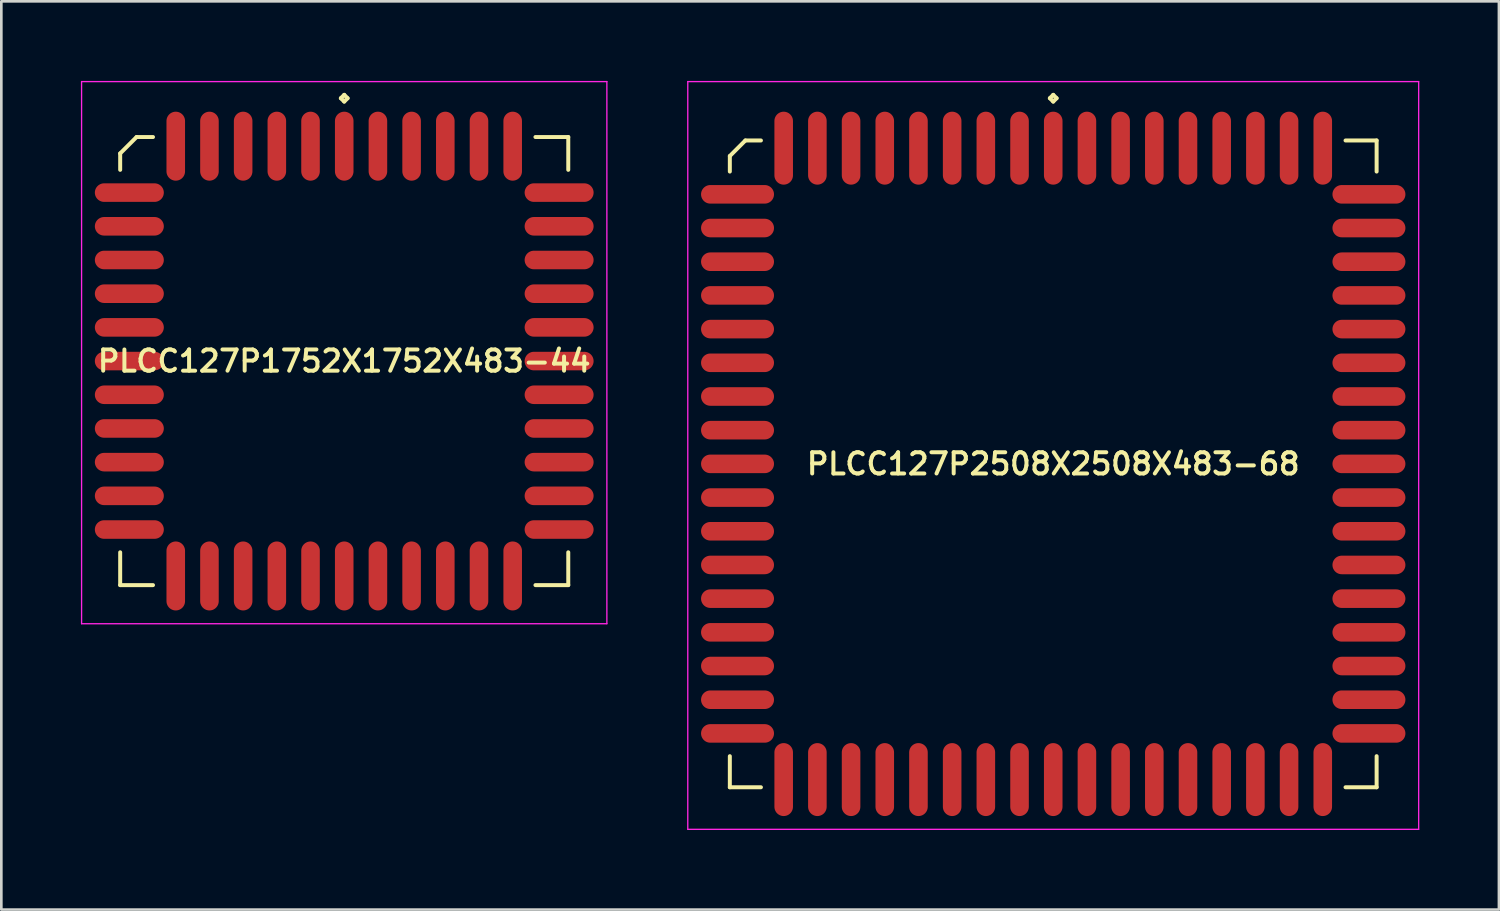
<source format=kicad_pcb>
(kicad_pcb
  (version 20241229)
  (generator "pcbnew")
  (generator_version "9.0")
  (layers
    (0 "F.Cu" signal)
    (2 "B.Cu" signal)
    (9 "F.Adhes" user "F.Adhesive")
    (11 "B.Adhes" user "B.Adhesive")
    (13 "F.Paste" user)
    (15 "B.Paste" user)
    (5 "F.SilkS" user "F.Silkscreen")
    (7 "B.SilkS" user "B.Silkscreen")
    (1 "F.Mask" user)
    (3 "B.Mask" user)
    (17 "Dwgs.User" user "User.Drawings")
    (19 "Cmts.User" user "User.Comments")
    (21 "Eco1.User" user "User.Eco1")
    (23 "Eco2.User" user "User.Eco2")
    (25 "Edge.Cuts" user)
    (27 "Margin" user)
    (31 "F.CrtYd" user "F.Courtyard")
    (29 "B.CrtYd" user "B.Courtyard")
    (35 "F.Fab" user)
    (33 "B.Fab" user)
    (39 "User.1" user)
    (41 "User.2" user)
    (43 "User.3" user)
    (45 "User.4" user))
  (footprint "PLCC127P1752X1752X483-44"
    (layer "F.Cu")
    (at 9.925 10.56)
    (property "Reference" "PLCC127P1752X1752X483-44" (at 0 0 0) (layer "F.SilkS") (effects (font (size 0.8 0.8) (thickness 0.15))))
    (attr smd)
    (fp_line (start -8.445 -7.827) (end -7.827 -8.445) (stroke (width 0.15) (type solid)) (layer "F.SilkS"))
    (fp_line (start -8.445 -7.208) (end -8.445 -7.827) (stroke (width 0.15) (type solid)) (layer "F.SilkS"))
    (fp_line (start -8.445 7.208) (end -8.445 8.445) (stroke (width 0.15) (type solid)) (layer "F.SilkS"))
    (fp_line (start -8.445 8.445) (end -7.208 8.445) (stroke (width 0.15) (type solid)) (layer "F.SilkS"))
    (fp_line (start -7.827 -8.445) (end -7.208 -8.445) (stroke (width 0.15) (type solid)) (layer "F.SilkS"))
    (fp_line (start -0.127 -9.908) (end 0 -10.035) (stroke (width 0.15) (type solid)) (layer "F.SilkS"))
    (fp_line (start 0 -10.035) (end 0.127 -9.908) (stroke (width 0.15) (type solid)) (layer "F.SilkS"))
    (fp_line (start 0 -9.781) (end -0.127 -9.908) (stroke (width 0.15) (type solid)) (layer "F.SilkS"))
    (fp_line (start 0.127 -9.908) (end 0 -9.781) (stroke (width 0.15) (type solid)) (layer "F.SilkS"))
    (fp_line (start 8.445 -8.445) (end 7.208 -8.445) (stroke (width 0.15) (type solid)) (layer "F.SilkS"))
    (fp_line (start 8.445 -7.208) (end 8.445 -8.445) (stroke (width 0.15) (type solid)) (layer "F.SilkS"))
    (fp_line (start 8.445 7.208) (end 8.445 8.445) (stroke (width 0.15) (type solid)) (layer "F.SilkS"))
    (fp_line (start 8.445 8.445) (end 7.208 8.445) (stroke (width 0.15) (type solid)) (layer "F.SilkS"))
    (fp_line (start -9.9 -10.535) (end 9.9 -10.535) (stroke (width 0.05) (type solid)) (layer "F.CrtYd"))
    (fp_line (start -9.9 9.9) (end -9.9 -10.535) (stroke (width 0.05) (type solid)) (layer "F.CrtYd"))
    (fp_line (start 9.9 -10.535) (end 9.9 9.9) (stroke (width 0.05) (type solid)) (layer "F.CrtYd"))
    (fp_line (start 9.9 9.9) (end -9.9 9.9) (stroke (width 0.05) (type solid)) (layer "F.CrtYd"))
    (pad "1" smd oval (at 0 -8.1) (size 0.7 2.6) (layers "F.Cu" "F.Mask" "F.Paste"))
    (pad "2" smd oval (at -1.27 -8.1) (size 0.7 2.6) (layers "F.Cu" "F.Mask" "F.Paste"))
    (pad "3" smd oval (at -2.54 -8.1) (size 0.7 2.6) (layers "F.Cu" "F.Mask" "F.Paste"))
    (pad "4" smd oval (at -3.81 -8.1) (size 0.7 2.6) (layers "F.Cu" "F.Mask" "F.Paste"))
    (pad "5" smd oval (at -5.08 -8.1) (size 0.7 2.6) (layers "F.Cu" "F.Mask" "F.Paste"))
    (pad "6" smd oval (at -6.35 -8.1) (size 0.7 2.6) (layers "F.Cu" "F.Mask" "F.Paste"))
    (pad "7" smd oval (at -8.1 -6.35) (size 2.6 0.7) (layers "F.Cu" "F.Mask" "F.Paste"))
    (pad "8" smd oval (at -8.1 -5.08) (size 2.6 0.7) (layers "F.Cu" "F.Mask" "F.Paste"))
    (pad "9" smd oval (at -8.1 -3.81) (size 2.6 0.7) (layers "F.Cu" "F.Mask" "F.Paste"))
    (pad "10" smd oval (at -8.1 -2.54) (size 2.6 0.7) (layers "F.Cu" "F.Mask" "F.Paste"))
    (pad "11" smd oval (at -8.1 -1.27) (size 2.6 0.7) (layers "F.Cu" "F.Mask" "F.Paste"))
    (pad "12" smd oval (at -8.1 0) (size 2.6 0.7) (layers "F.Cu" "F.Mask" "F.Paste"))
    (pad "13" smd oval (at -8.1 1.27) (size 2.6 0.7) (layers "F.Cu" "F.Mask" "F.Paste"))
    (pad "14" smd oval (at -8.1 2.54) (size 2.6 0.7) (layers "F.Cu" "F.Mask" "F.Paste"))
    (pad "15" smd oval (at -8.1 3.81) (size 2.6 0.7) (layers "F.Cu" "F.Mask" "F.Paste"))
    (pad "16" smd oval (at -8.1 5.08) (size 2.6 0.7) (layers "F.Cu" "F.Mask" "F.Paste"))
    (pad "17" smd oval (at -8.1 6.35) (size 2.6 0.7) (layers "F.Cu" "F.Mask" "F.Paste"))
    (pad "18" smd oval (at -6.35 8.1) (size 0.7 2.6) (layers "F.Cu" "F.Mask" "F.Paste"))
    (pad "19" smd oval (at -5.08 8.1) (size 0.7 2.6) (layers "F.Cu" "F.Mask" "F.Paste"))
    (pad "20" smd oval (at -3.81 8.1) (size 0.7 2.6) (layers "F.Cu" "F.Mask" "F.Paste"))
    (pad "21" smd oval (at -2.54 8.1) (size 0.7 2.6) (layers "F.Cu" "F.Mask" "F.Paste"))
    (pad "22" smd oval (at -1.27 8.1) (size 0.7 2.6) (layers "F.Cu" "F.Mask" "F.Paste"))
    (pad "23" smd oval (at 0 8.1) (size 0.7 2.6) (layers "F.Cu" "F.Mask" "F.Paste"))
    (pad "24" smd oval (at 1.27 8.1) (size 0.7 2.6) (layers "F.Cu" "F.Mask" "F.Paste"))
    (pad "25" smd oval (at 2.54 8.1) (size 0.7 2.6) (layers "F.Cu" "F.Mask" "F.Paste"))
    (pad "26" smd oval (at 3.81 8.1) (size 0.7 2.6) (layers "F.Cu" "F.Mask" "F.Paste"))
    (pad "27" smd oval (at 5.08 8.1) (size 0.7 2.6) (layers "F.Cu" "F.Mask" "F.Paste"))
    (pad "28" smd oval (at 6.35 8.1) (size 0.7 2.6) (layers "F.Cu" "F.Mask" "F.Paste"))
    (pad "29" smd oval (at 8.1 6.35) (size 2.6 0.7) (layers "F.Cu" "F.Mask" "F.Paste"))
    (pad "30" smd oval (at 8.1 5.08) (size 2.6 0.7) (layers "F.Cu" "F.Mask" "F.Paste"))
    (pad "31" smd oval (at 8.1 3.81) (size 2.6 0.7) (layers "F.Cu" "F.Mask" "F.Paste"))
    (pad "32" smd oval (at 8.1 2.54) (size 2.6 0.7) (layers "F.Cu" "F.Mask" "F.Paste"))
    (pad "33" smd oval (at 8.1 1.27) (size 2.6 0.7) (layers "F.Cu" "F.Mask" "F.Paste"))
    (pad "34" smd oval (at 8.1 0) (size 2.6 0.7) (layers "F.Cu" "F.Mask" "F.Paste"))
    (pad "35" smd oval (at 8.1 -1.27) (size 2.6 0.7) (layers "F.Cu" "F.Mask" "F.Paste"))
    (pad "36" smd oval (at 8.1 -2.54) (size 2.6 0.7) (layers "F.Cu" "F.Mask" "F.Paste"))
    (pad "37" smd oval (at 8.1 -3.81) (size 2.6 0.7) (layers "F.Cu" "F.Mask" "F.Paste"))
    (pad "38" smd oval (at 8.1 -5.08) (size 2.6 0.7) (layers "F.Cu" "F.Mask" "F.Paste"))
    (pad "39" smd oval (at 8.1 -6.35) (size 2.6 0.7) (layers "F.Cu" "F.Mask" "F.Paste"))
    (pad "40" smd oval (at 6.35 -8.1) (size 0.7 2.6) (layers "F.Cu" "F.Mask" "F.Paste"))
    (pad "41" smd oval (at 5.08 -8.1) (size 0.7 2.6) (layers "F.Cu" "F.Mask" "F.Paste"))
    (pad "42" smd oval (at 3.81 -8.1) (size 0.7 2.6) (layers "F.Cu" "F.Mask" "F.Paste"))
    (pad "43" smd oval (at 2.54 -8.1) (size 0.7 2.6) (layers "F.Cu" "F.Mask" "F.Paste"))
    (pad "44" smd oval (at 1.27 -8.1) (size 0.7 2.6) (layers "F.Cu" "F.Mask" "F.Paste")))
  (footprint "PLCC127P2508X2508X483-68"
    (layer "F.Cu")
    (at 36.65 14.435)
    (property "Reference" "PLCC127P2508X2508X483-68" (at 0 0 0) (layer "F.SilkS") (effects (font (size 0.8 0.8) (thickness 0.15))))
    (attr smd)
    (fp_line (start -12.19 -11.604) (end -11.604 -12.19) (stroke (width 0.15) (type solid)) (layer "F.SilkS"))
    (fp_line (start -12.19 -11.018) (end -12.19 -11.604) (stroke (width 0.15) (type solid)) (layer "F.SilkS"))
    (fp_line (start -12.19 11.018) (end -12.19 12.19) (stroke (width 0.15) (type solid)) (layer "F.SilkS"))
    (fp_line (start -12.19 12.19) (end -11.018 12.19) (stroke (width 0.15) (type solid)) (layer "F.SilkS"))
    (fp_line (start -11.604 -12.19) (end -11.018 -12.19) (stroke (width 0.15) (type solid)) (layer "F.SilkS"))
    (fp_line (start -0.127 -13.783) (end 0 -13.91) (stroke (width 0.15) (type solid)) (layer "F.SilkS"))
    (fp_line (start 0 -13.91) (end 0.127 -13.783) (stroke (width 0.15) (type solid)) (layer "F.SilkS"))
    (fp_line (start 0 -13.656) (end -0.127 -13.783) (stroke (width 0.15) (type solid)) (layer "F.SilkS"))
    (fp_line (start 0.127 -13.783) (end 0 -13.656) (stroke (width 0.15) (type solid)) (layer "F.SilkS"))
    (fp_line (start 12.19 -12.19) (end 11.018 -12.19) (stroke (width 0.15) (type solid)) (layer "F.SilkS"))
    (fp_line (start 12.19 -11.018) (end 12.19 -12.19) (stroke (width 0.15) (type solid)) (layer "F.SilkS"))
    (fp_line (start 12.19 11.018) (end 12.19 12.19) (stroke (width 0.15) (type solid)) (layer "F.SilkS"))
    (fp_line (start 12.19 12.19) (end 11.018 12.19) (stroke (width 0.15) (type solid)) (layer "F.SilkS"))
    (fp_line (start -13.775 -14.41) (end 13.775 -14.41) (stroke (width 0.05) (type solid)) (layer "F.CrtYd"))
    (fp_line (start -13.775 13.775) (end -13.775 -14.41) (stroke (width 0.05) (type solid)) (layer "F.CrtYd"))
    (fp_line (start 13.775 -14.41) (end 13.775 13.775) (stroke (width 0.05) (type solid)) (layer "F.CrtYd"))
    (fp_line (start 13.775 13.775) (end -13.775 13.775) (stroke (width 0.05) (type solid)) (layer "F.CrtYd"))
    (pad "1" smd oval (at 0 -11.9) (size 0.7 2.75) (layers "F.Cu" "F.Mask" "F.Paste"))
    (pad "2" smd oval (at -1.27 -11.9) (size 0.7 2.75) (layers "F.Cu" "F.Mask" "F.Paste"))
    (pad "3" smd oval (at -2.54 -11.9) (size 0.7 2.75) (layers "F.Cu" "F.Mask" "F.Paste"))
    (pad "4" smd oval (at -3.81 -11.9) (size 0.7 2.75) (layers "F.Cu" "F.Mask" "F.Paste"))
    (pad "5" smd oval (at -5.08 -11.9) (size 0.7 2.75) (layers "F.Cu" "F.Mask" "F.Paste"))
    (pad "6" smd oval (at -6.35 -11.9) (size 0.7 2.75) (layers "F.Cu" "F.Mask" "F.Paste"))
    (pad "7" smd oval (at -7.62 -11.9) (size 0.7 2.75) (layers "F.Cu" "F.Mask" "F.Paste"))
    (pad "8" smd oval (at -8.89 -11.9) (size 0.7 2.75) (layers "F.Cu" "F.Mask" "F.Paste"))
    (pad "9" smd oval (at -10.16 -11.9) (size 0.7 2.75) (layers "F.Cu" "F.Mask" "F.Paste"))
    (pad "10" smd oval (at -11.9 -10.16) (size 2.75 0.7) (layers "F.Cu" "F.Mask" "F.Paste"))
    (pad "11" smd oval (at -11.9 -8.89) (size 2.75 0.7) (layers "F.Cu" "F.Mask" "F.Paste"))
    (pad "12" smd oval (at -11.9 -7.62) (size 2.75 0.7) (layers "F.Cu" "F.Mask" "F.Paste"))
    (pad "13" smd oval (at -11.9 -6.35) (size 2.75 0.7) (layers "F.Cu" "F.Mask" "F.Paste"))
    (pad "14" smd oval (at -11.9 -5.08) (size 2.75 0.7) (layers "F.Cu" "F.Mask" "F.Paste"))
    (pad "15" smd oval (at -11.9 -3.81) (size 2.75 0.7) (layers "F.Cu" "F.Mask" "F.Paste"))
    (pad "16" smd oval (at -11.9 -2.54) (size 2.75 0.7) (layers "F.Cu" "F.Mask" "F.Paste"))
    (pad "17" smd oval (at -11.9 -1.27) (size 2.75 0.7) (layers "F.Cu" "F.Mask" "F.Paste"))
    (pad "18" smd oval (at -11.9 0) (size 2.75 0.7) (layers "F.Cu" "F.Mask" "F.Paste"))
    (pad "19" smd oval (at -11.9 1.27) (size 2.75 0.7) (layers "F.Cu" "F.Mask" "F.Paste"))
    (pad "20" smd oval (at -11.9 2.54) (size 2.75 0.7) (layers "F.Cu" "F.Mask" "F.Paste"))
    (pad "21" smd oval (at -11.9 3.81) (size 2.75 0.7) (layers "F.Cu" "F.Mask" "F.Paste"))
    (pad "22" smd oval (at -11.9 5.08) (size 2.75 0.7) (layers "F.Cu" "F.Mask" "F.Paste"))
    (pad "23" smd oval (at -11.9 6.35) (size 2.75 0.7) (layers "F.Cu" "F.Mask" "F.Paste"))
    (pad "24" smd oval (at -11.9 7.62) (size 2.75 0.7) (layers "F.Cu" "F.Mask" "F.Paste"))
    (pad "25" smd oval (at -11.9 8.89) (size 2.75 0.7) (layers "F.Cu" "F.Mask" "F.Paste"))
    (pad "26" smd oval (at -11.9 10.16) (size 2.75 0.7) (layers "F.Cu" "F.Mask" "F.Paste"))
    (pad "27" smd oval (at -10.16 11.9) (size 0.7 2.75) (layers "F.Cu" "F.Mask" "F.Paste"))
    (pad "28" smd oval (at -8.89 11.9) (size 0.7 2.75) (layers "F.Cu" "F.Mask" "F.Paste"))
    (pad "29" smd oval (at -7.62 11.9) (size 0.7 2.75) (layers "F.Cu" "F.Mask" "F.Paste"))
    (pad "30" smd oval (at -6.35 11.9) (size 0.7 2.75) (layers "F.Cu" "F.Mask" "F.Paste"))
    (pad "31" smd oval (at -5.08 11.9) (size 0.7 2.75) (layers "F.Cu" "F.Mask" "F.Paste"))
    (pad "32" smd oval (at -3.81 11.9) (size 0.7 2.75) (layers "F.Cu" "F.Mask" "F.Paste"))
    (pad "33" smd oval (at -2.54 11.9) (size 0.7 2.75) (layers "F.Cu" "F.Mask" "F.Paste"))
    (pad "34" smd oval (at -1.27 11.9) (size 0.7 2.75) (layers "F.Cu" "F.Mask" "F.Paste"))
    (pad "35" smd oval (at 0 11.9) (size 0.7 2.75) (layers "F.Cu" "F.Mask" "F.Paste"))
    (pad "36" smd oval (at 1.27 11.9) (size 0.7 2.75) (layers "F.Cu" "F.Mask" "F.Paste"))
    (pad "37" smd oval (at 2.54 11.9) (size 0.7 2.75) (layers "F.Cu" "F.Mask" "F.Paste"))
    (pad "38" smd oval (at 3.81 11.9) (size 0.7 2.75) (layers "F.Cu" "F.Mask" "F.Paste"))
    (pad "39" smd oval (at 5.08 11.9) (size 0.7 2.75) (layers "F.Cu" "F.Mask" "F.Paste"))
    (pad "40" smd oval (at 6.35 11.9) (size 0.7 2.75) (layers "F.Cu" "F.Mask" "F.Paste"))
    (pad "41" smd oval (at 7.62 11.9) (size 0.7 2.75) (layers "F.Cu" "F.Mask" "F.Paste"))
    (pad "42" smd oval (at 8.89 11.9) (size 0.7 2.75) (layers "F.Cu" "F.Mask" "F.Paste"))
    (pad "43" smd oval (at 10.16 11.9) (size 0.7 2.75) (layers "F.Cu" "F.Mask" "F.Paste"))
    (pad "44" smd oval (at 11.9 10.16) (size 2.75 0.7) (layers "F.Cu" "F.Mask" "F.Paste"))
    (pad "45" smd oval (at 11.9 8.89) (size 2.75 0.7) (layers "F.Cu" "F.Mask" "F.Paste"))
    (pad "46" smd oval (at 11.9 7.62) (size 2.75 0.7) (layers "F.Cu" "F.Mask" "F.Paste"))
    (pad "47" smd oval (at 11.9 6.35) (size 2.75 0.7) (layers "F.Cu" "F.Mask" "F.Paste"))
    (pad "48" smd oval (at 11.9 5.08) (size 2.75 0.7) (layers "F.Cu" "F.Mask" "F.Paste"))
    (pad "49" smd oval (at 11.9 3.81) (size 2.75 0.7) (layers "F.Cu" "F.Mask" "F.Paste"))
    (pad "50" smd oval (at 11.9 2.54) (size 2.75 0.7) (layers "F.Cu" "F.Mask" "F.Paste"))
    (pad "51" smd oval (at 11.9 1.27) (size 2.75 0.7) (layers "F.Cu" "F.Mask" "F.Paste"))
    (pad "52" smd oval (at 11.9 0) (size 2.75 0.7) (layers "F.Cu" "F.Mask" "F.Paste"))
    (pad "53" smd oval (at 11.9 -1.27) (size 2.75 0.7) (layers "F.Cu" "F.Mask" "F.Paste"))
    (pad "54" smd oval (at 11.9 -2.54) (size 2.75 0.7) (layers "F.Cu" "F.Mask" "F.Paste"))
    (pad "55" smd oval (at 11.9 -3.81) (size 2.75 0.7) (layers "F.Cu" "F.Mask" "F.Paste"))
    (pad "56" smd oval (at 11.9 -5.08) (size 2.75 0.7) (layers "F.Cu" "F.Mask" "F.Paste"))
    (pad "57" smd oval (at 11.9 -6.35) (size 2.75 0.7) (layers "F.Cu" "F.Mask" "F.Paste"))
    (pad "58" smd oval (at 11.9 -7.62) (size 2.75 0.7) (layers "F.Cu" "F.Mask" "F.Paste"))
    (pad "59" smd oval (at 11.9 -8.89) (size 2.75 0.7) (layers "F.Cu" "F.Mask" "F.Paste"))
    (pad "60" smd oval (at 11.9 -10.16) (size 2.75 0.7) (layers "F.Cu" "F.Mask" "F.Paste"))
    (pad "61" smd oval (at 10.16 -11.9) (size 0.7 2.75) (layers "F.Cu" "F.Mask" "F.Paste"))
    (pad "62" smd oval (at 8.89 -11.9) (size 0.7 2.75) (layers "F.Cu" "F.Mask" "F.Paste"))
    (pad "63" smd oval (at 7.62 -11.9) (size 0.7 2.75) (layers "F.Cu" "F.Mask" "F.Paste"))
    (pad "64" smd oval (at 6.35 -11.9) (size 0.7 2.75) (layers "F.Cu" "F.Mask" "F.Paste"))
    (pad "65" smd oval (at 5.08 -11.9) (size 0.7 2.75) (layers "F.Cu" "F.Mask" "F.Paste"))
    (pad "66" smd oval (at 3.81 -11.9) (size 0.7 2.75) (layers "F.Cu" "F.Mask" "F.Paste"))
    (pad "67" smd oval (at 2.54 -11.9) (size 0.7 2.75) (layers "F.Cu" "F.Mask" "F.Paste"))
    (pad "68" smd oval (at 1.27 -11.9) (size 0.7 2.75) (layers "F.Cu" "F.Mask" "F.Paste")))
  (gr_rect
    (start -3 -3)
    (end 53.45 31.235)
    (stroke (width 0.1) (type default))
    (fill no)
    (layer "Edge.Cuts")))
</source>
